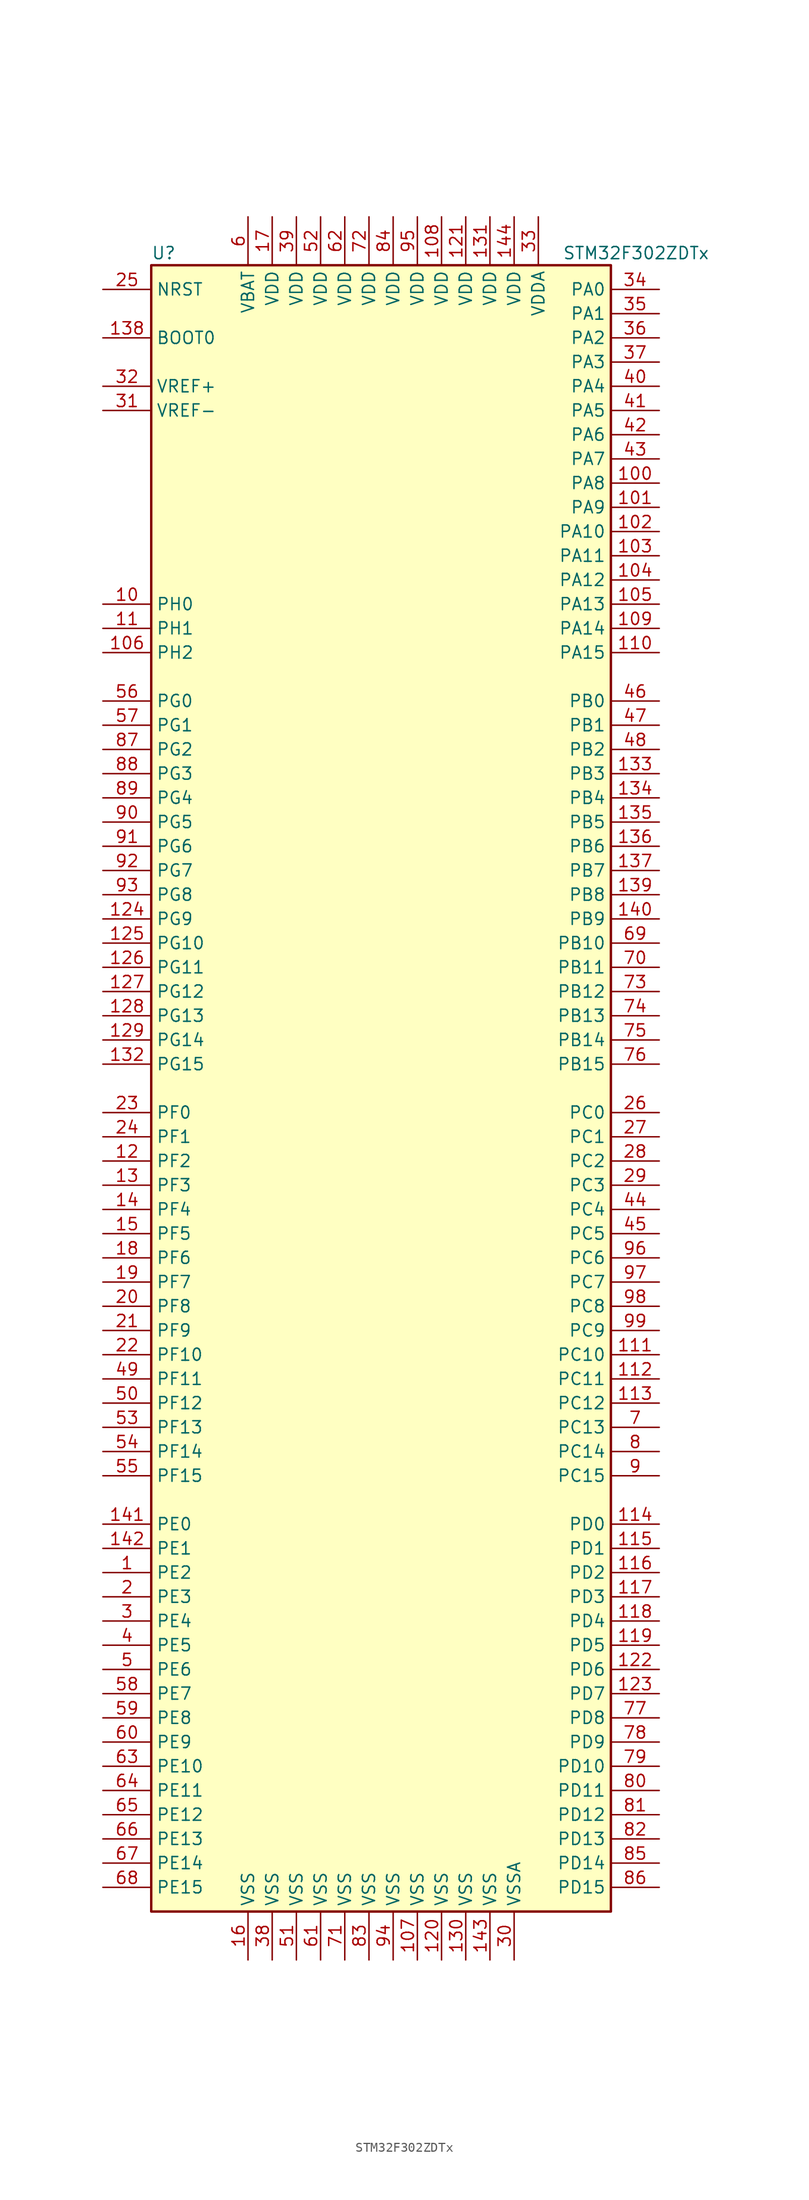
<source format=kicad_sym>
(kicad_symbol_lib
  (version 20201005)
  (generator kicad_symbol_editor)
  (symbol "STM32F302ZDTx"
    (property "Reference" "U"
      (at -25.4 87.63 0)
      (effects (font (size 1.27 1.27)) (justify left)))
    (property "Value" "STM32F302ZDTx"
      (at 17.78 87.63 0)
      (effects (font (size 1.27 1.27)) (justify left)))
    (symbol "STM32F302ZDTx_0_1"
      (rectangle (start -25.4 -86.36) (end 22.86 86.36) (stroke (width 0.254)) (fill (type background))))
    (symbol "STM32F302ZDTx_1_1"
      (pin bidirectional line (at -30.48 -50.8 0) (length 5.08) (name "PE2" (effects (font (size 1.27 1.27)))) (number "1" (effects (font (size 1.27 1.27)))))
      (pin bidirectional line (at -30.48 50.8 0) (length 5.08) (name "PH0" (effects (font (size 1.27 1.27)))) (number "10" (effects (font (size 1.27 1.27)))))
      (pin bidirectional line (at 27.94 63.5 180) (length 5.08) (name "PA8" (effects (font (size 1.27 1.27)))) (number "100" (effects (font (size 1.27 1.27)))))
      (pin bidirectional line (at 27.94 60.96 180) (length 5.08) (name "PA9" (effects (font (size 1.27 1.27)))) (number "101" (effects (font (size 1.27 1.27)))))
      (pin bidirectional line (at 27.94 58.42 180) (length 5.08) (name "PA10" (effects (font (size 1.27 1.27)))) (number "102" (effects (font (size 1.27 1.27)))))
      (pin bidirectional line (at 27.94 55.88 180) (length 5.08) (name "PA11" (effects (font (size 1.27 1.27)))) (number "103" (effects (font (size 1.27 1.27)))))
      (pin bidirectional line (at 27.94 53.34 180) (length 5.08) (name "PA12" (effects (font (size 1.27 1.27)))) (number "104" (effects (font (size 1.27 1.27)))))
      (pin bidirectional line (at 27.94 50.8 180) (length 5.08) (name "PA13" (effects (font (size 1.27 1.27)))) (number "105" (effects (font (size 1.27 1.27)))))
      (pin bidirectional line (at -30.48 45.72 0) (length 5.08) (name "PH2" (effects (font (size 1.27 1.27)))) (number "106" (effects (font (size 1.27 1.27)))))
      (pin power_in line (at 2.54 -91.44 90) (length 5.08) (name "VSS" (effects (font (size 1.27 1.27)))) (number "107" (effects (font (size 1.27 1.27)))))
      (pin power_in line (at 5.08 91.44 270) (length 5.08) (name "VDD" (effects (font (size 1.27 1.27)))) (number "108" (effects (font (size 1.27 1.27)))))
      (pin bidirectional line (at 27.94 48.26 180) (length 5.08) (name "PA14" (effects (font (size 1.27 1.27)))) (number "109" (effects (font (size 1.27 1.27)))))
      (pin bidirectional line (at -30.48 48.26 0) (length 5.08) (name "PH1" (effects (font (size 1.27 1.27)))) (number "11" (effects (font (size 1.27 1.27)))))
      (pin bidirectional line (at 27.94 45.72 180) (length 5.08) (name "PA15" (effects (font (size 1.27 1.27)))) (number "110" (effects (font (size 1.27 1.27)))))
      (pin bidirectional line (at 27.94 -27.94 180) (length 5.08) (name "PC10" (effects (font (size 1.27 1.27)))) (number "111" (effects (font (size 1.27 1.27)))))
      (pin bidirectional line (at 27.94 -30.48 180) (length 5.08) (name "PC11" (effects (font (size 1.27 1.27)))) (number "112" (effects (font (size 1.27 1.27)))))
      (pin bidirectional line (at 27.94 -33.02 180) (length 5.08) (name "PC12" (effects (font (size 1.27 1.27)))) (number "113" (effects (font (size 1.27 1.27)))))
      (pin bidirectional line (at 27.94 -45.72 180) (length 5.08) (name "PD0" (effects (font (size 1.27 1.27)))) (number "114" (effects (font (size 1.27 1.27)))))
      (pin bidirectional line (at 27.94 -48.26 180) (length 5.08) (name "PD1" (effects (font (size 1.27 1.27)))) (number "115" (effects (font (size 1.27 1.27)))))
      (pin bidirectional line (at 27.94 -50.8 180) (length 5.08) (name "PD2" (effects (font (size 1.27 1.27)))) (number "116" (effects (font (size 1.27 1.27)))))
      (pin bidirectional line (at 27.94 -53.34 180) (length 5.08) (name "PD3" (effects (font (size 1.27 1.27)))) (number "117" (effects (font (size 1.27 1.27)))))
      (pin bidirectional line (at 27.94 -55.88 180) (length 5.08) (name "PD4" (effects (font (size 1.27 1.27)))) (number "118" (effects (font (size 1.27 1.27)))))
      (pin bidirectional line (at 27.94 -58.42 180) (length 5.08) (name "PD5" (effects (font (size 1.27 1.27)))) (number "119" (effects (font (size 1.27 1.27)))))
      (pin bidirectional line (at -30.48 -7.62 0) (length 5.08) (name "PF2" (effects (font (size 1.27 1.27)))) (number "12" (effects (font (size 1.27 1.27)))))
      (pin power_in line (at 5.08 -91.44 90) (length 5.08) (name "VSS" (effects (font (size 1.27 1.27)))) (number "120" (effects (font (size 1.27 1.27)))))
      (pin power_in line (at 7.62 91.44 270) (length 5.08) (name "VDD" (effects (font (size 1.27 1.27)))) (number "121" (effects (font (size 1.27 1.27)))))
      (pin bidirectional line (at 27.94 -60.96 180) (length 5.08) (name "PD6" (effects (font (size 1.27 1.27)))) (number "122" (effects (font (size 1.27 1.27)))))
      (pin bidirectional line (at 27.94 -63.5 180) (length 5.08) (name "PD7" (effects (font (size 1.27 1.27)))) (number "123" (effects (font (size 1.27 1.27)))))
      (pin bidirectional line (at -30.48 17.78 0) (length 5.08) (name "PG9" (effects (font (size 1.27 1.27)))) (number "124" (effects (font (size 1.27 1.27)))))
      (pin bidirectional line (at -30.48 15.24 0) (length 5.08) (name "PG10" (effects (font (size 1.27 1.27)))) (number "125" (effects (font (size 1.27 1.27)))))
      (pin bidirectional line (at -30.48 12.7 0) (length 5.08) (name "PG11" (effects (font (size 1.27 1.27)))) (number "126" (effects (font (size 1.27 1.27)))))
      (pin bidirectional line (at -30.48 10.16 0) (length 5.08) (name "PG12" (effects (font (size 1.27 1.27)))) (number "127" (effects (font (size 1.27 1.27)))))
      (pin bidirectional line (at -30.48 7.62 0) (length 5.08) (name "PG13" (effects (font (size 1.27 1.27)))) (number "128" (effects (font (size 1.27 1.27)))))
      (pin bidirectional line (at -30.48 5.08 0) (length 5.08) (name "PG14" (effects (font (size 1.27 1.27)))) (number "129" (effects (font (size 1.27 1.27)))))
      (pin bidirectional line (at -30.48 -10.16 0) (length 5.08) (name "PF3" (effects (font (size 1.27 1.27)))) (number "13" (effects (font (size 1.27 1.27)))))
      (pin power_in line (at 7.62 -91.44 90) (length 5.08) (name "VSS" (effects (font (size 1.27 1.27)))) (number "130" (effects (font (size 1.27 1.27)))))
      (pin power_in line (at 10.16 91.44 270) (length 5.08) (name "VDD" (effects (font (size 1.27 1.27)))) (number "131" (effects (font (size 1.27 1.27)))))
      (pin bidirectional line (at -30.48 2.54 0) (length 5.08) (name "PG15" (effects (font (size 1.27 1.27)))) (number "132" (effects (font (size 1.27 1.27)))))
      (pin bidirectional line (at 27.94 33.02 180) (length 5.08) (name "PB3" (effects (font (size 1.27 1.27)))) (number "133" (effects (font (size 1.27 1.27)))))
      (pin bidirectional line (at 27.94 30.48 180) (length 5.08) (name "PB4" (effects (font (size 1.27 1.27)))) (number "134" (effects (font (size 1.27 1.27)))))
      (pin bidirectional line (at 27.94 27.94 180) (length 5.08) (name "PB5" (effects (font (size 1.27 1.27)))) (number "135" (effects (font (size 1.27 1.27)))))
      (pin bidirectional line (at 27.94 25.4 180) (length 5.08) (name "PB6" (effects (font (size 1.27 1.27)))) (number "136" (effects (font (size 1.27 1.27)))))
      (pin bidirectional line (at 27.94 22.86 180) (length 5.08) (name "PB7" (effects (font (size 1.27 1.27)))) (number "137" (effects (font (size 1.27 1.27)))))
      (pin input line (at -30.48 78.74 0) (length 5.08) (name "BOOT0" (effects (font (size 1.27 1.27)))) (number "138" (effects (font (size 1.27 1.27)))))
      (pin bidirectional line (at 27.94 20.32 180) (length 5.08) (name "PB8" (effects (font (size 1.27 1.27)))) (number "139" (effects (font (size 1.27 1.27)))))
      (pin bidirectional line (at -30.48 -12.7 0) (length 5.08) (name "PF4" (effects (font (size 1.27 1.27)))) (number "14" (effects (font (size 1.27 1.27)))))
      (pin bidirectional line (at 27.94 17.78 180) (length 5.08) (name "PB9" (effects (font (size 1.27 1.27)))) (number "140" (effects (font (size 1.27 1.27)))))
      (pin bidirectional line (at -30.48 -45.72 0) (length 5.08) (name "PE0" (effects (font (size 1.27 1.27)))) (number "141" (effects (font (size 1.27 1.27)))))
      (pin bidirectional line (at -30.48 -48.26 0) (length 5.08) (name "PE1" (effects (font (size 1.27 1.27)))) (number "142" (effects (font (size 1.27 1.27)))))
      (pin power_in line (at 10.16 -91.44 90) (length 5.08) (name "VSS" (effects (font (size 1.27 1.27)))) (number "143" (effects (font (size 1.27 1.27)))))
      (pin power_in line (at 12.7 91.44 270) (length 5.08) (name "VDD" (effects (font (size 1.27 1.27)))) (number "144" (effects (font (size 1.27 1.27)))))
      (pin bidirectional line (at -30.48 -15.24 0) (length 5.08) (name "PF5" (effects (font (size 1.27 1.27)))) (number "15" (effects (font (size 1.27 1.27)))))
      (pin power_in line (at -15.24 -91.44 90) (length 5.08) (name "VSS" (effects (font (size 1.27 1.27)))) (number "16" (effects (font (size 1.27 1.27)))))
      (pin power_in line (at -12.7 91.44 270) (length 5.08) (name "VDD" (effects (font (size 1.27 1.27)))) (number "17" (effects (font (size 1.27 1.27)))))
      (pin bidirectional line (at -30.48 -17.78 0) (length 5.08) (name "PF6" (effects (font (size 1.27 1.27)))) (number "18" (effects (font (size 1.27 1.27)))))
      (pin bidirectional line (at -30.48 -20.32 0) (length 5.08) (name "PF7" (effects (font (size 1.27 1.27)))) (number "19" (effects (font (size 1.27 1.27)))))
      (pin bidirectional line (at -30.48 -53.34 0) (length 5.08) (name "PE3" (effects (font (size 1.27 1.27)))) (number "2" (effects (font (size 1.27 1.27)))))
      (pin bidirectional line (at -30.48 -22.86 0) (length 5.08) (name "PF8" (effects (font (size 1.27 1.27)))) (number "20" (effects (font (size 1.27 1.27)))))
      (pin bidirectional line (at -30.48 -25.4 0) (length 5.08) (name "PF9" (effects (font (size 1.27 1.27)))) (number "21" (effects (font (size 1.27 1.27)))))
      (pin bidirectional line (at -30.48 -27.94 0) (length 5.08) (name "PF10" (effects (font (size 1.27 1.27)))) (number "22" (effects (font (size 1.27 1.27)))))
      (pin input line (at -30.48 -2.54 0) (length 5.08) (name "PF0" (effects (font (size 1.27 1.27)))) (number "23" (effects (font (size 1.27 1.27)))))
      (pin input line (at -30.48 -5.08 0) (length 5.08) (name "PF1" (effects (font (size 1.27 1.27)))) (number "24" (effects (font (size 1.27 1.27)))))
      (pin input line (at -30.48 83.82 0) (length 5.08) (name "NRST" (effects (font (size 1.27 1.27)))) (number "25" (effects (font (size 1.27 1.27)))))
      (pin bidirectional line (at 27.94 -2.54 180) (length 5.08) (name "PC0" (effects (font (size 1.27 1.27)))) (number "26" (effects (font (size 1.27 1.27)))))
      (pin bidirectional line (at 27.94 -5.08 180) (length 5.08) (name "PC1" (effects (font (size 1.27 1.27)))) (number "27" (effects (font (size 1.27 1.27)))))
      (pin bidirectional line (at 27.94 -7.62 180) (length 5.08) (name "PC2" (effects (font (size 1.27 1.27)))) (number "28" (effects (font (size 1.27 1.27)))))
      (pin bidirectional line (at 27.94 -10.16 180) (length 5.08) (name "PC3" (effects (font (size 1.27 1.27)))) (number "29" (effects (font (size 1.27 1.27)))))
      (pin bidirectional line (at -30.48 -55.88 0) (length 5.08) (name "PE4" (effects (font (size 1.27 1.27)))) (number "3" (effects (font (size 1.27 1.27)))))
      (pin power_in line (at 12.7 -91.44 90) (length 5.08) (name "VSSA" (effects (font (size 1.27 1.27)))) (number "30" (effects (font (size 1.27 1.27)))))
      (pin power_in line (at -30.48 71.12 0) (length 5.08) (name "VREF-" (effects (font (size 1.27 1.27)))) (number "31" (effects (font (size 1.27 1.27)))))
      (pin power_in line (at -30.48 73.66 0) (length 5.08) (name "VREF+" (effects (font (size 1.27 1.27)))) (number "32" (effects (font (size 1.27 1.27)))))
      (pin power_in line (at 15.24 91.44 270) (length 5.08) (name "VDDA" (effects (font (size 1.27 1.27)))) (number "33" (effects (font (size 1.27 1.27)))))
      (pin bidirectional line (at 27.94 83.82 180) (length 5.08) (name "PA0" (effects (font (size 1.27 1.27)))) (number "34" (effects (font (size 1.27 1.27)))))
      (pin bidirectional line (at 27.94 81.28 180) (length 5.08) (name "PA1" (effects (font (size 1.27 1.27)))) (number "35" (effects (font (size 1.27 1.27)))))
      (pin bidirectional line (at 27.94 78.74 180) (length 5.08) (name "PA2" (effects (font (size 1.27 1.27)))) (number "36" (effects (font (size 1.27 1.27)))))
      (pin bidirectional line (at 27.94 76.2 180) (length 5.08) (name "PA3" (effects (font (size 1.27 1.27)))) (number "37" (effects (font (size 1.27 1.27)))))
      (pin power_in line (at -12.7 -91.44 90) (length 5.08) (name "VSS" (effects (font (size 1.27 1.27)))) (number "38" (effects (font (size 1.27 1.27)))))
      (pin power_in line (at -10.16 91.44 270) (length 5.08) (name "VDD" (effects (font (size 1.27 1.27)))) (number "39" (effects (font (size 1.27 1.27)))))
      (pin bidirectional line (at -30.48 -58.42 0) (length 5.08) (name "PE5" (effects (font (size 1.27 1.27)))) (number "4" (effects (font (size 1.27 1.27)))))
      (pin bidirectional line (at 27.94 73.66 180) (length 5.08) (name "PA4" (effects (font (size 1.27 1.27)))) (number "40" (effects (font (size 1.27 1.27)))))
      (pin bidirectional line (at 27.94 71.12 180) (length 5.08) (name "PA5" (effects (font (size 1.27 1.27)))) (number "41" (effects (font (size 1.27 1.27)))))
      (pin bidirectional line (at 27.94 68.58 180) (length 5.08) (name "PA6" (effects (font (size 1.27 1.27)))) (number "42" (effects (font (size 1.27 1.27)))))
      (pin bidirectional line (at 27.94 66.04 180) (length 5.08) (name "PA7" (effects (font (size 1.27 1.27)))) (number "43" (effects (font (size 1.27 1.27)))))
      (pin bidirectional line (at 27.94 -12.7 180) (length 5.08) (name "PC4" (effects (font (size 1.27 1.27)))) (number "44" (effects (font (size 1.27 1.27)))))
      (pin bidirectional line (at 27.94 -15.24 180) (length 5.08) (name "PC5" (effects (font (size 1.27 1.27)))) (number "45" (effects (font (size 1.27 1.27)))))
      (pin bidirectional line (at 27.94 40.64 180) (length 5.08) (name "PB0" (effects (font (size 1.27 1.27)))) (number "46" (effects (font (size 1.27 1.27)))))
      (pin bidirectional line (at 27.94 38.1 180) (length 5.08) (name "PB1" (effects (font (size 1.27 1.27)))) (number "47" (effects (font (size 1.27 1.27)))))
      (pin bidirectional line (at 27.94 35.56 180) (length 5.08) (name "PB2" (effects (font (size 1.27 1.27)))) (number "48" (effects (font (size 1.27 1.27)))))
      (pin bidirectional line (at -30.48 -30.48 0) (length 5.08) (name "PF11" (effects (font (size 1.27 1.27)))) (number "49" (effects (font (size 1.27 1.27)))))
      (pin bidirectional line (at -30.48 -60.96 0) (length 5.08) (name "PE6" (effects (font (size 1.27 1.27)))) (number "5" (effects (font (size 1.27 1.27)))))
      (pin bidirectional line (at -30.48 -33.02 0) (length 5.08) (name "PF12" (effects (font (size 1.27 1.27)))) (number "50" (effects (font (size 1.27 1.27)))))
      (pin power_in line (at -10.16 -91.44 90) (length 5.08) (name "VSS" (effects (font (size 1.27 1.27)))) (number "51" (effects (font (size 1.27 1.27)))))
      (pin power_in line (at -7.62 91.44 270) (length 5.08) (name "VDD" (effects (font (size 1.27 1.27)))) (number "52" (effects (font (size 1.27 1.27)))))
      (pin bidirectional line (at -30.48 -35.56 0) (length 5.08) (name "PF13" (effects (font (size 1.27 1.27)))) (number "53" (effects (font (size 1.27 1.27)))))
      (pin bidirectional line (at -30.48 -38.1 0) (length 5.08) (name "PF14" (effects (font (size 1.27 1.27)))) (number "54" (effects (font (size 1.27 1.27)))))
      (pin bidirectional line (at -30.48 -40.64 0) (length 5.08) (name "PF15" (effects (font (size 1.27 1.27)))) (number "55" (effects (font (size 1.27 1.27)))))
      (pin bidirectional line (at -30.48 40.64 0) (length 5.08) (name "PG0" (effects (font (size 1.27 1.27)))) (number "56" (effects (font (size 1.27 1.27)))))
      (pin bidirectional line (at -30.48 38.1 0) (length 5.08) (name "PG1" (effects (font (size 1.27 1.27)))) (number "57" (effects (font (size 1.27 1.27)))))
      (pin bidirectional line (at -30.48 -63.5 0) (length 5.08) (name "PE7" (effects (font (size 1.27 1.27)))) (number "58" (effects (font (size 1.27 1.27)))))
      (pin bidirectional line (at -30.48 -66.04 0) (length 5.08) (name "PE8" (effects (font (size 1.27 1.27)))) (number "59" (effects (font (size 1.27 1.27)))))
      (pin power_in line (at -15.24 91.44 270) (length 5.08) (name "VBAT" (effects (font (size 1.27 1.27)))) (number "6" (effects (font (size 1.27 1.27)))))
      (pin bidirectional line (at -30.48 -68.58 0) (length 5.08) (name "PE9" (effects (font (size 1.27 1.27)))) (number "60" (effects (font (size 1.27 1.27)))))
      (pin power_in line (at -7.62 -91.44 90) (length 5.08) (name "VSS" (effects (font (size 1.27 1.27)))) (number "61" (effects (font (size 1.27 1.27)))))
      (pin power_in line (at -5.08 91.44 270) (length 5.08) (name "VDD" (effects (font (size 1.27 1.27)))) (number "62" (effects (font (size 1.27 1.27)))))
      (pin bidirectional line (at -30.48 -71.12 0) (length 5.08) (name "PE10" (effects (font (size 1.27 1.27)))) (number "63" (effects (font (size 1.27 1.27)))))
      (pin bidirectional line (at -30.48 -73.66 0) (length 5.08) (name "PE11" (effects (font (size 1.27 1.27)))) (number "64" (effects (font (size 1.27 1.27)))))
      (pin bidirectional line (at -30.48 -76.2 0) (length 5.08) (name "PE12" (effects (font (size 1.27 1.27)))) (number "65" (effects (font (size 1.27 1.27)))))
      (pin bidirectional line (at -30.48 -78.74 0) (length 5.08) (name "PE13" (effects (font (size 1.27 1.27)))) (number "66" (effects (font (size 1.27 1.27)))))
      (pin bidirectional line (at -30.48 -81.28 0) (length 5.08) (name "PE14" (effects (font (size 1.27 1.27)))) (number "67" (effects (font (size 1.27 1.27)))))
      (pin bidirectional line (at -30.48 -83.82 0) (length 5.08) (name "PE15" (effects (font (size 1.27 1.27)))) (number "68" (effects (font (size 1.27 1.27)))))
      (pin bidirectional line (at 27.94 15.24 180) (length 5.08) (name "PB10" (effects (font (size 1.27 1.27)))) (number "69" (effects (font (size 1.27 1.27)))))
      (pin bidirectional line (at 27.94 -35.56 180) (length 5.08) (name "PC13" (effects (font (size 1.27 1.27)))) (number "7" (effects (font (size 1.27 1.27)))))
      (pin bidirectional line (at 27.94 12.7 180) (length 5.08) (name "PB11" (effects (font (size 1.27 1.27)))) (number "70" (effects (font (size 1.27 1.27)))))
      (pin power_in line (at -5.08 -91.44 90) (length 5.08) (name "VSS" (effects (font (size 1.27 1.27)))) (number "71" (effects (font (size 1.27 1.27)))))
      (pin power_in line (at -2.54 91.44 270) (length 5.08) (name "VDD" (effects (font (size 1.27 1.27)))) (number "72" (effects (font (size 1.27 1.27)))))
      (pin bidirectional line (at 27.94 10.16 180) (length 5.08) (name "PB12" (effects (font (size 1.27 1.27)))) (number "73" (effects (font (size 1.27 1.27)))))
      (pin bidirectional line (at 27.94 7.62 180) (length 5.08) (name "PB13" (effects (font (size 1.27 1.27)))) (number "74" (effects (font (size 1.27 1.27)))))
      (pin bidirectional line (at 27.94 5.08 180) (length 5.08) (name "PB14" (effects (font (size 1.27 1.27)))) (number "75" (effects (font (size 1.27 1.27)))))
      (pin bidirectional line (at 27.94 2.54 180) (length 5.08) (name "PB15" (effects (font (size 1.27 1.27)))) (number "76" (effects (font (size 1.27 1.27)))))
      (pin bidirectional line (at 27.94 -66.04 180) (length 5.08) (name "PD8" (effects (font (size 1.27 1.27)))) (number "77" (effects (font (size 1.27 1.27)))))
      (pin bidirectional line (at 27.94 -68.58 180) (length 5.08) (name "PD9" (effects (font (size 1.27 1.27)))) (number "78" (effects (font (size 1.27 1.27)))))
      (pin bidirectional line (at 27.94 -71.12 180) (length 5.08) (name "PD10" (effects (font (size 1.27 1.27)))) (number "79" (effects (font (size 1.27 1.27)))))
      (pin bidirectional line (at 27.94 -38.1 180) (length 5.08) (name "PC14" (effects (font (size 1.27 1.27)))) (number "8" (effects (font (size 1.27 1.27)))))
      (pin bidirectional line (at 27.94 -73.66 180) (length 5.08) (name "PD11" (effects (font (size 1.27 1.27)))) (number "80" (effects (font (size 1.27 1.27)))))
      (pin bidirectional line (at 27.94 -76.2 180) (length 5.08) (name "PD12" (effects (font (size 1.27 1.27)))) (number "81" (effects (font (size 1.27 1.27)))))
      (pin bidirectional line (at 27.94 -78.74 180) (length 5.08) (name "PD13" (effects (font (size 1.27 1.27)))) (number "82" (effects (font (size 1.27 1.27)))))
      (pin power_in line (at -2.54 -91.44 90) (length 5.08) (name "VSS" (effects (font (size 1.27 1.27)))) (number "83" (effects (font (size 1.27 1.27)))))
      (pin power_in line (at 0 91.44 270) (length 5.08) (name "VDD" (effects (font (size 1.27 1.27)))) (number "84" (effects (font (size 1.27 1.27)))))
      (pin bidirectional line (at 27.94 -81.28 180) (length 5.08) (name "PD14" (effects (font (size 1.27 1.27)))) (number "85" (effects (font (size 1.27 1.27)))))
      (pin bidirectional line (at 27.94 -83.82 180) (length 5.08) (name "PD15" (effects (font (size 1.27 1.27)))) (number "86" (effects (font (size 1.27 1.27)))))
      (pin bidirectional line (at -30.48 35.56 0) (length 5.08) (name "PG2" (effects (font (size 1.27 1.27)))) (number "87" (effects (font (size 1.27 1.27)))))
      (pin bidirectional line (at -30.48 33.02 0) (length 5.08) (name "PG3" (effects (font (size 1.27 1.27)))) (number "88" (effects (font (size 1.27 1.27)))))
      (pin bidirectional line (at -30.48 30.48 0) (length 5.08) (name "PG4" (effects (font (size 1.27 1.27)))) (number "89" (effects (font (size 1.27 1.27)))))
      (pin bidirectional line (at 27.94 -40.64 180) (length 5.08) (name "PC15" (effects (font (size 1.27 1.27)))) (number "9" (effects (font (size 1.27 1.27)))))
      (pin bidirectional line (at -30.48 27.94 0) (length 5.08) (name "PG5" (effects (font (size 1.27 1.27)))) (number "90" (effects (font (size 1.27 1.27)))))
      (pin bidirectional line (at -30.48 25.4 0) (length 5.08) (name "PG6" (effects (font (size 1.27 1.27)))) (number "91" (effects (font (size 1.27 1.27)))))
      (pin bidirectional line (at -30.48 22.86 0) (length 5.08) (name "PG7" (effects (font (size 1.27 1.27)))) (number "92" (effects (font (size 1.27 1.27)))))
      (pin bidirectional line (at -30.48 20.32 0) (length 5.08) (name "PG8" (effects (font (size 1.27 1.27)))) (number "93" (effects (font (size 1.27 1.27)))))
      (pin power_in line (at 0 -91.44 90) (length 5.08) (name "VSS" (effects (font (size 1.27 1.27)))) (number "94" (effects (font (size 1.27 1.27)))))
      (pin power_in line (at 2.54 91.44 270) (length 5.08) (name "VDD" (effects (font (size 1.27 1.27)))) (number "95" (effects (font (size 1.27 1.27)))))
      (pin bidirectional line (at 27.94 -17.78 180) (length 5.08) (name "PC6" (effects (font (size 1.27 1.27)))) (number "96" (effects (font (size 1.27 1.27)))))
      (pin bidirectional line (at 27.94 -20.32 180) (length 5.08) (name "PC7" (effects (font (size 1.27 1.27)))) (number "97" (effects (font (size 1.27 1.27)))))
      (pin bidirectional line (at 27.94 -22.86 180) (length 5.08) (name "PC8" (effects (font (size 1.27 1.27)))) (number "98" (effects (font (size 1.27 1.27)))))
      (pin bidirectional line (at 27.94 -25.4 180) (length 5.08) (name "PC9" (effects (font (size 1.27 1.27)))) (number "99" (effects (font (size 1.27 1.27))))))))
</source>
